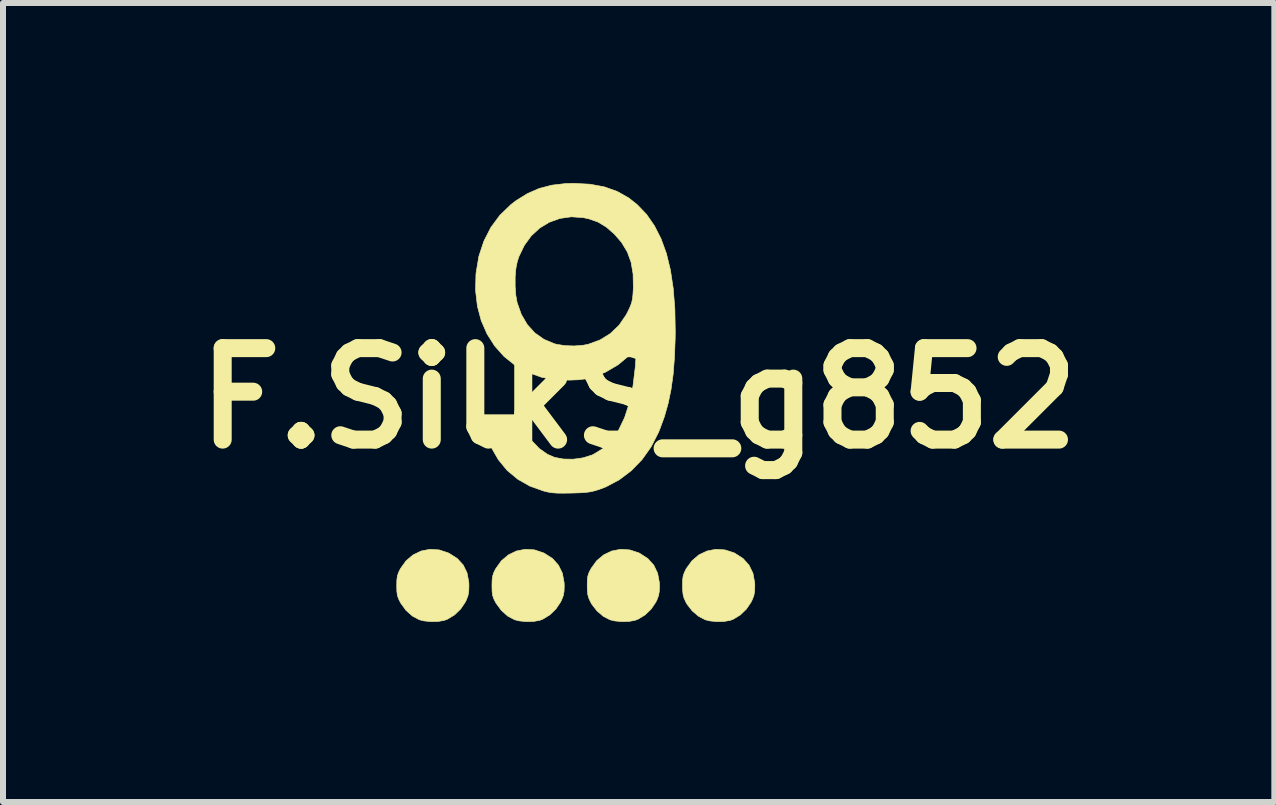
<source format=kicad_pcb>
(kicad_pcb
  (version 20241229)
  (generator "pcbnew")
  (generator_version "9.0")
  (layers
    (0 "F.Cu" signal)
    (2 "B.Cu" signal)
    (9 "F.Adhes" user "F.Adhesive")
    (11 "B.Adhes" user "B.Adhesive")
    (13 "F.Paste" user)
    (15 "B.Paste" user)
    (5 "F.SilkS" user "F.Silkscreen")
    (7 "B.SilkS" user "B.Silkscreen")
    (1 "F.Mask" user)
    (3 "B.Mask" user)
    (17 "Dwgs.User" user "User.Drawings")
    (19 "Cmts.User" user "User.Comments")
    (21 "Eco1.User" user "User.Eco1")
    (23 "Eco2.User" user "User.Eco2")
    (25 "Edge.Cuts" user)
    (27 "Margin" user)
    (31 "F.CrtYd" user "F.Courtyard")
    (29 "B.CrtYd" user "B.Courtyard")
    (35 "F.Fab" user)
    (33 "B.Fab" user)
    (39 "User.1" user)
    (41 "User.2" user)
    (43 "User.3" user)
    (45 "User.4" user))
  (footprint "F.SilkS_g852"
    (layer "F.Cu")
    (at 7.591 3.585)
    (property "Reference" "F.SilkS_g852" (at 0 0 0) (layer "F.SilkS") (effects (font (size 1.524 1.524) (thickness 0.3))))
    (attr through_hole)
    (fp_poly (pts (xy -3.325 2.527) (xy -3.174 2.576) (xy -3.158 2.584) (xy -3.022 2.671) (xy -2.923 2.779) (xy -2.859 2.911) (xy -2.83 3.066) (xy -2.828 3.125) (xy -2.831 3.218) (xy -2.844 3.29) (xy -2.872 3.363) (xy -2.89 3.399) (xy -2.967 3.513) (xy -3.068 3.61) (xy -3.183 3.68) (xy -3.238 3.701) (xy -3.339 3.719) (xy -3.46 3.722) (xy -3.577 3.71) (xy -3.654 3.691) (xy -3.77 3.629) (xy -3.877 3.534) (xy -3.964 3.414) (xy -3.969 3.405) (xy -4.002 3.339) (xy -4.021 3.281) (xy -4.029 3.214) (xy -4.031 3.122) (xy -4.029 3.029) (xy -4.02 2.962) (xy -4.001 2.904) (xy -3.969 2.839) (xy -3.875 2.708) (xy -3.758 2.61) (xy -3.623 2.545) (xy -3.477 2.517) (xy -3.325 2.527)) (stroke (width 0.01) (type solid)) (fill yes) (layer "F.SilkS"))
    (fp_poly (pts (xy -1.738 2.526) (xy -1.587 2.576) (xy -1.57 2.584) (xy -1.435 2.671) (xy -1.336 2.782) (xy -1.271 2.916) (xy -1.242 3.073) (xy -1.24 3.125) (xy -1.243 3.217) (xy -1.256 3.289) (xy -1.284 3.361) (xy -1.303 3.399) (xy -1.38 3.513) (xy -1.481 3.61) (xy -1.595 3.68) (xy -1.65 3.701) (xy -1.752 3.719) (xy -1.872 3.722) (xy -1.99 3.71) (xy -2.066 3.691) (xy -2.183 3.629) (xy -2.289 3.534) (xy -2.377 3.414) (xy -2.382 3.405) (xy -2.415 3.34) (xy -2.434 3.283) (xy -2.442 3.217) (xy -2.444 3.126) (xy -2.444 3.122) (xy -2.442 3.029) (xy -2.432 2.961) (xy -2.413 2.902) (xy -2.381 2.839) (xy -2.287 2.708) (xy -2.17 2.61) (xy -2.036 2.545) (xy -1.89 2.517) (xy -1.738 2.526)) (stroke (width 0.01) (type solid)) (fill yes) (layer "F.SilkS"))
    (fp_poly (pts (xy -0.149 2.527) (xy 0.002 2.576) (xy 0.017 2.584) (xy 0.152 2.671) (xy 0.252 2.782) (xy 0.316 2.916) (xy 0.345 3.073) (xy 0.347 3.125) (xy 0.344 3.217) (xy 0.331 3.289) (xy 0.304 3.361) (xy 0.285 3.399) (xy 0.208 3.513) (xy 0.107 3.61) (xy -0.008 3.68) (xy -0.063 3.701) (xy -0.164 3.719) (xy -0.285 3.722) (xy -0.402 3.71) (xy -0.479 3.691) (xy -0.59 3.633) (xy -0.694 3.544) (xy -0.779 3.435) (xy -0.799 3.4) (xy -0.83 3.334) (xy -0.848 3.271) (xy -0.855 3.196) (xy -0.857 3.122) (xy -0.855 3.03) (xy -0.847 2.963) (xy -0.828 2.906) (xy -0.795 2.841) (xy -0.794 2.839) (xy -0.7 2.708) (xy -0.582 2.609) (xy -0.447 2.545) (xy -0.301 2.517) (xy -0.149 2.527)) (stroke (width 0.01) (type solid)) (fill yes) (layer "F.SilkS"))
    (fp_poly (pts (xy 1.438 2.527) (xy 1.59 2.576) (xy 1.605 2.584) (xy 1.74 2.671) (xy 1.839 2.782) (xy 1.904 2.916) (xy 1.933 3.073) (xy 1.935 3.125) (xy 1.932 3.217) (xy 1.919 3.289) (xy 1.891 3.361) (xy 1.872 3.399) (xy 1.795 3.513) (xy 1.694 3.61) (xy 1.58 3.68) (xy 1.525 3.701) (xy 1.423 3.719) (xy 1.303 3.722) (xy 1.185 3.71) (xy 1.109 3.691) (xy 0.998 3.633) (xy 0.893 3.544) (xy 0.808 3.435) (xy 0.788 3.4) (xy 0.757 3.334) (xy 0.74 3.271) (xy 0.732 3.196) (xy 0.731 3.122) (xy 0.732 3.03) (xy 0.741 2.963) (xy 0.76 2.906) (xy 0.792 2.841) (xy 0.793 2.839) (xy 0.888 2.708) (xy 1.005 2.609) (xy 1.14 2.545) (xy 1.286 2.517) (xy 1.438 2.527)) (stroke (width 0.01) (type solid)) (fill yes) (layer "F.SilkS"))
    (fp_poly (pts (xy -0.812 -3.566) (xy -0.573 -3.522) (xy -0.358 -3.446) (xy -0.165 -3.337) (xy -0.023 -3.224) (xy 0.132 -3.062) (xy 0.263 -2.873) (xy 0.373 -2.657) (xy 0.462 -2.412) (xy 0.529 -2.136) (xy 0.576 -1.827) (xy 0.603 -1.484) (xy 0.61 -1.106) (xy 0.608 -0.984) (xy 0.596 -0.673) (xy 0.574 -0.395) (xy 0.539 -0.144) (xy 0.491 0.087) (xy 0.429 0.306) (xy 0.35 0.521) (xy 0.331 0.568) (xy 0.208 0.809) (xy 0.056 1.023) (xy -0.123 1.207) (xy -0.325 1.36) (xy -0.549 1.478) (xy -0.654 1.518) (xy -0.727 1.541) (xy -0.795 1.557) (xy -0.869 1.568) (xy -0.961 1.575) (xy -1.082 1.579) (xy -1.122 1.58) (xy -1.255 1.582) (xy -1.357 1.581) (xy -1.438 1.575) (xy -1.509 1.564) (xy -1.582 1.546) (xy -1.583 1.546) (xy -1.813 1.464) (xy -2.015 1.349) (xy -2.191 1.203) (xy -2.338 1.024) (xy -2.458 0.815) (xy -2.549 0.575) (xy -2.591 0.407) (xy -2.619 0.275) (xy -1.977 0.275) (xy -1.938 0.405) (xy -1.871 0.567) (xy -1.774 0.715) (xy -1.655 0.839) (xy -1.52 0.934) (xy -1.403 0.985) (xy -1.256 1.013) (xy -1.092 1.016) (xy -0.927 0.993) (xy -0.777 0.946) (xy -0.755 0.936) (xy -0.595 0.838) (xy -0.455 0.703) (xy -0.334 0.531) (xy -0.234 0.322) (xy -0.155 0.078) (xy -0.095 -0.201) (xy -0.057 -0.515) (xy -0.05 -0.609) (xy -0.036 -0.829) (xy -0.146 -0.722) (xy -0.342 -0.558) (xy -0.555 -0.433) (xy -0.782 -0.347) (xy -0.87 -0.325) (xy -0.998 -0.308) (xy -1.151 -0.302) (xy -1.313 -0.306) (xy -1.47 -0.322) (xy -1.606 -0.347) (xy -1.619 -0.35) (xy -1.851 -0.433) (xy -2.059 -0.549) (xy -2.243 -0.696) (xy -2.399 -0.871) (xy -2.526 -1.071) (xy -2.623 -1.293) (xy -2.687 -1.534) (xy -2.717 -1.792) (xy -2.716 -1.867) (xy -2.058 -1.867) (xy -2.048 -1.722) (xy -2.026 -1.597) (xy -2.025 -1.593) (xy -1.955 -1.396) (xy -1.856 -1.227) (xy -1.73 -1.088) (xy -1.578 -0.981) (xy -1.404 -0.908) (xy -1.365 -0.898) (xy -1.228 -0.876) (xy -1.073 -0.871) (xy -0.922 -0.883) (xy -0.837 -0.9) (xy -0.642 -0.972) (xy -0.471 -1.078) (xy -0.326 -1.217) (xy -0.209 -1.388) (xy -0.175 -1.453) (xy -0.14 -1.529) (xy -0.117 -1.592) (xy -0.103 -1.654) (xy -0.095 -1.73) (xy -0.089 -1.833) (xy -0.089 -1.851) (xy -0.093 -2.071) (xy -0.126 -2.265) (xy -0.189 -2.437) (xy -0.284 -2.595) (xy -0.402 -2.732) (xy -0.538 -2.851) (xy -0.678 -2.936) (xy -0.834 -2.99) (xy -0.924 -3.009) (xy -1.122 -3.023) (xy -1.311 -2.996) (xy -1.488 -2.933) (xy -1.648 -2.836) (xy -1.789 -2.706) (xy -1.905 -2.547) (xy -1.995 -2.361) (xy -2.023 -2.275) (xy -2.046 -2.16) (xy -2.058 -2.018) (xy -2.058 -1.867) (xy -2.716 -1.867) (xy -2.711 -2.063) (xy -2.708 -2.094) (xy -2.662 -2.367) (xy -2.579 -2.617) (xy -2.463 -2.845) (xy -2.313 -3.048) (xy -2.13 -3.225) (xy -2.043 -3.292) (xy -1.853 -3.41) (xy -1.658 -3.495) (xy -1.447 -3.55) (xy -1.215 -3.577) (xy -1.079 -3.58) (xy -0.812 -3.566)) (stroke (width 0.01) (type solid)) (fill yes) (layer "F.SilkS")))
  (gr_rect
    (start -3 -3)
    (end 18.182 10.312)
    (stroke (width 0.1) (type default))
    (fill no)
    (layer "Edge.Cuts")))
</source>
